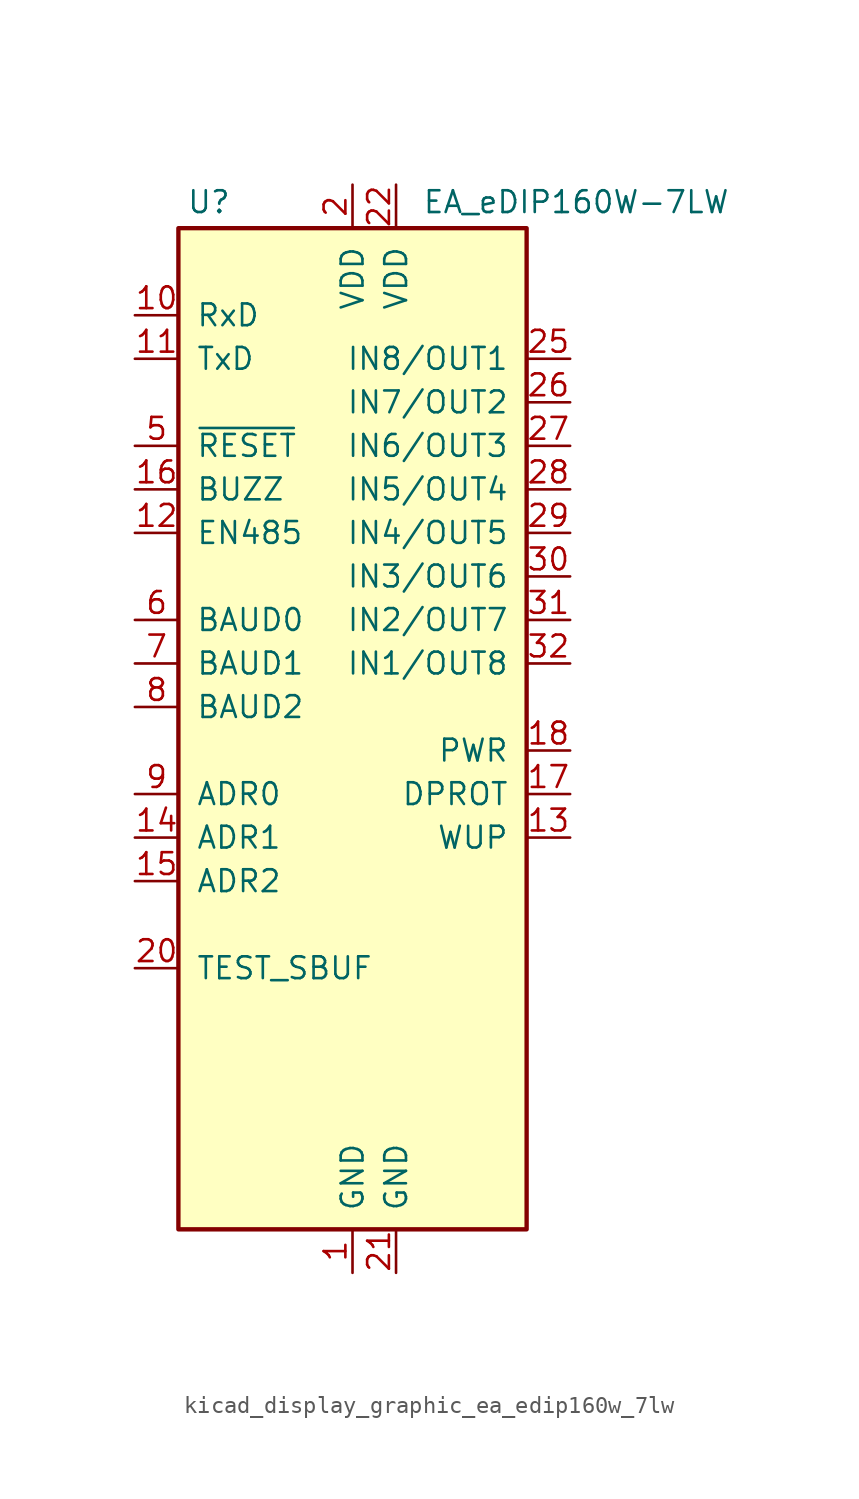
<source format=kicad_sym>
(kicad_symbol_lib
  (version 20220914)
  (generator kicad_symbol_editor)
  (symbol "kicad_display_graphic_ea_edip160w_7lw"
    (pin_names
      (offset 1.016))
    (property "Reference" "U"
      (at -8.382 29.464 0)
      (effects (font (size 1.27 1.27))))
    (property "Value" "EA_eDIP160W-7LW"
      (at 4.064 29.464 0)
      (effects (font (size 1.27 1.27)) (justify left)))
    (symbol "kicad_display_graphic_ea_edip160w_7lw_0_1"
      (rectangle (start -10.16 27.94) (end 10.16 -30.48) (stroke (width 0.254) (type default)) (fill (type background))))
    (symbol "kicad_display_graphic_ea_edip160w_7lw_1_1"
      (pin power_in line (at 0 -33.02 90) (length 2.54) (name "GND" (effects (font (size 1.27 1.27)))) (number "1" (effects (font (size 1.27 1.27)))))
      (pin input line (at -12.7 22.86 0) (length 2.54) (name "RxD" (effects (font (size 1.27 1.27)))) (number "10" (effects (font (size 1.27 1.27)))))
      (pin output line (at -12.7 20.32 0) (length 2.54) (name "TxD" (effects (font (size 1.27 1.27)))) (number "11" (effects (font (size 1.27 1.27)))))
      (pin output line (at -12.7 10.16 0) (length 2.54) (name "EN485" (effects (font (size 1.27 1.27)))) (number "12" (effects (font (size 1.27 1.27)))))
      (pin input line (at 12.7 -7.62 180) (length 2.54) (name "WUP" (effects (font (size 1.27 1.27)))) (number "13" (effects (font (size 1.27 1.27)))))
      (pin input line (at -12.7 -7.62 0) (length 2.54) (name "ADR1" (effects (font (size 1.27 1.27)))) (number "14" (effects (font (size 1.27 1.27)))))
      (pin input line (at -12.7 -10.16 0) (length 2.54) (name "ADR2" (effects (font (size 1.27 1.27)))) (number "15" (effects (font (size 1.27 1.27)))))
      (pin output line (at -12.7 12.7 0) (length 2.54) (name "BUZZ" (effects (font (size 1.27 1.27)))) (number "16" (effects (font (size 1.27 1.27)))))
      (pin input line (at 12.7 -5.08 180) (length 2.54) (name "DPROT" (effects (font (size 1.27 1.27)))) (number "17" (effects (font (size 1.27 1.27)))))
      (pin output line (at 12.7 -2.54 180) (length 2.54) (name "PWR" (effects (font (size 1.27 1.27)))) (number "18" (effects (font (size 1.27 1.27)))))
      (pin no_connect line (at -10.16 -22.86 0) (length 2.54) hide (name "NC" (effects (font (size 1.27 1.27)))) (number "19" (effects (font (size 1.27 1.27)))))
      (pin power_in line (at 0 30.48 270) (length 2.54) (name "VDD" (effects (font (size 1.27 1.27)))) (number "2" (effects (font (size 1.27 1.27)))))
      (pin open_collector line (at -12.7 -15.24 0) (length 2.54) (name "TEST_SBUF" (effects (font (size 1.27 1.27)))) (number "20" (effects (font (size 1.27 1.27)))))
      (pin power_in line (at 2.54 -33.02 90) (length 2.54) (name "GND" (effects (font (size 1.27 1.27)))) (number "21" (effects (font (size 1.27 1.27)))))
      (pin power_in line (at 2.54 30.48 270) (length 2.54) (name "VDD" (effects (font (size 1.27 1.27)))) (number "22" (effects (font (size 1.27 1.27)))))
      (pin no_connect line (at -10.16 -25.4 0) (length 2.54) hide (name "NC" (effects (font (size 1.27 1.27)))) (number "23" (effects (font (size 1.27 1.27)))))
      (pin no_connect line (at -10.16 -27.94 0) (length 2.54) hide (name "NC" (effects (font (size 1.27 1.27)))) (number "24" (effects (font (size 1.27 1.27)))))
      (pin bidirectional line (at 12.7 20.32 180) (length 2.54) (name "IN8/OUT1" (effects (font (size 1.27 1.27)))) (number "25" (effects (font (size 1.27 1.27)))))
      (pin bidirectional line (at 12.7 17.78 180) (length 2.54) (name "IN7/OUT2" (effects (font (size 1.27 1.27)))) (number "26" (effects (font (size 1.27 1.27)))))
      (pin bidirectional line (at 12.7 15.24 180) (length 2.54) (name "IN6/OUT3" (effects (font (size 1.27 1.27)))) (number "27" (effects (font (size 1.27 1.27)))))
      (pin bidirectional line (at 12.7 12.7 180) (length 2.54) (name "IN5/OUT4" (effects (font (size 1.27 1.27)))) (number "28" (effects (font (size 1.27 1.27)))))
      (pin bidirectional line (at 12.7 10.16 180) (length 2.54) (name "IN4/OUT5" (effects (font (size 1.27 1.27)))) (number "29" (effects (font (size 1.27 1.27)))))
      (pin no_connect line (at -10.16 -17.78 0) (length 2.54) hide (name "NC" (effects (font (size 1.27 1.27)))) (number "3" (effects (font (size 1.27 1.27)))))
      (pin bidirectional line (at 12.7 7.62 180) (length 2.54) (name "IN3/OUT6" (effects (font (size 1.27 1.27)))) (number "30" (effects (font (size 1.27 1.27)))))
      (pin bidirectional line (at 12.7 5.08 180) (length 2.54) (name "IN2/OUT7" (effects (font (size 1.27 1.27)))) (number "31" (effects (font (size 1.27 1.27)))))
      (pin bidirectional line (at 12.7 2.54 180) (length 2.54) (name "IN1/OUT8" (effects (font (size 1.27 1.27)))) (number "32" (effects (font (size 1.27 1.27)))))
      (pin no_connect line (at 10.16 -10.16 180) (length 2.54) hide (name "NC" (effects (font (size 1.27 1.27)))) (number "33" (effects (font (size 1.27 1.27)))))
      (pin no_connect line (at 10.16 -12.7 180) (length 2.54) hide (name "NC" (effects (font (size 1.27 1.27)))) (number "34" (effects (font (size 1.27 1.27)))))
      (pin no_connect line (at 10.16 -15.24 180) (length 2.54) hide (name "NC" (effects (font (size 1.27 1.27)))) (number "35" (effects (font (size 1.27 1.27)))))
      (pin no_connect line (at 10.16 -17.78 180) (length 2.54) hide (name "NC" (effects (font (size 1.27 1.27)))) (number "36" (effects (font (size 1.27 1.27)))))
      (pin no_connect line (at 10.16 -20.32 180) (length 2.54) hide (name "NC" (effects (font (size 1.27 1.27)))) (number "37" (effects (font (size 1.27 1.27)))))
      (pin no_connect line (at 10.16 -22.86 180) (length 2.54) hide (name "NC" (effects (font (size 1.27 1.27)))) (number "38" (effects (font (size 1.27 1.27)))))
      (pin no_connect line (at 10.16 -25.4 180) (length 2.54) hide (name "NC" (effects (font (size 1.27 1.27)))) (number "39" (effects (font (size 1.27 1.27)))))
      (pin no_connect line (at -10.16 -20.32 0) (length 2.54) hide (name "NC" (effects (font (size 1.27 1.27)))) (number "4" (effects (font (size 1.27 1.27)))))
      (pin no_connect line (at 10.16 -27.94 180) (length 2.54) hide (name "NC" (effects (font (size 1.27 1.27)))) (number "40" (effects (font (size 1.27 1.27)))))
      (pin input line (at -12.7 15.24 0) (length 2.54) (name "~{RESET}" (effects (font (size 1.27 1.27)))) (number "5" (effects (font (size 1.27 1.27)))))
      (pin input line (at -12.7 5.08 0) (length 2.54) (name "BAUD0" (effects (font (size 1.27 1.27)))) (number "6" (effects (font (size 1.27 1.27)))))
      (pin input line (at -12.7 2.54 0) (length 2.54) (name "BAUD1" (effects (font (size 1.27 1.27)))) (number "7" (effects (font (size 1.27 1.27)))))
      (pin input line (at -12.7 0 0) (length 2.54) (name "BAUD2" (effects (font (size 1.27 1.27)))) (number "8" (effects (font (size 1.27 1.27)))))
      (pin input line (at -12.7 -5.08 0) (length 2.54) (name "ADR0" (effects (font (size 1.27 1.27)))) (number "9" (effects (font (size 1.27 1.27))))))))
</source>
